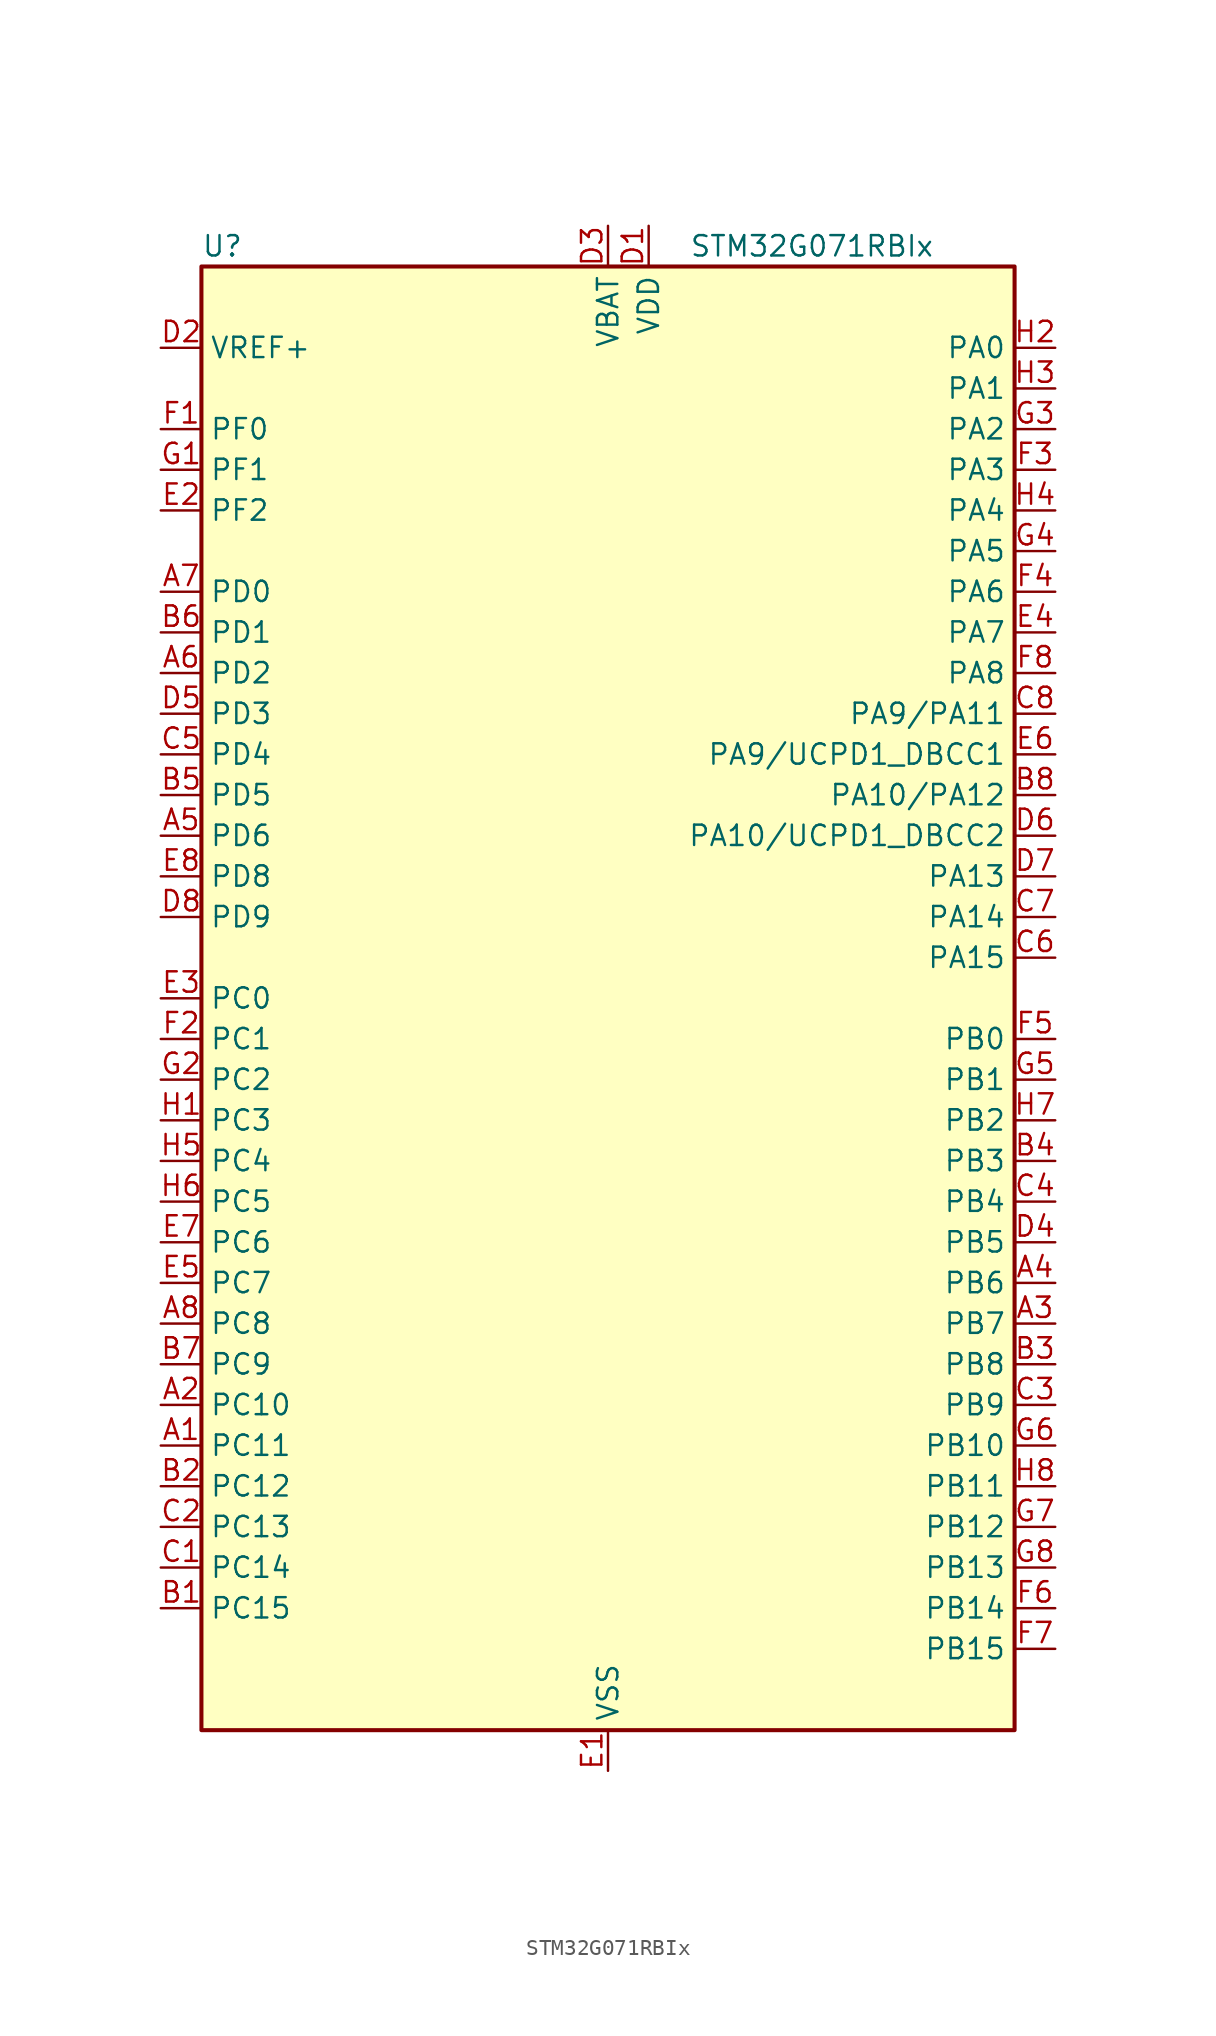
<source format=kicad_sym>
(kicad_symbol_lib
  (version 20241209)
  (generator "kicad_symbol_editor")
  (generator_version "9.0")
  (symbol "STM32G071RBIx"
    (property "Reference" "U"
      (at -25.4 46.99 0)
      (effects (font (size 1.27 1.27)) (justify left)))
    (property "Value" "STM32G071RBIx"
      (at 5.08 46.99 0)
      (effects (font (size 1.27 1.27)) (justify left)))
    (symbol "STM32G071RBIx_0_1"
      (rectangle (start -25.4 -45.72) (end 25.4 45.72) (stroke (width 0.254) (type default)) (fill (type background))))
    (symbol "STM32G071RBIx_1_1"
      (pin input line (at -27.94 40.64 0) (length 2.54) (name "VREF+" (effects (font (size 1.27 1.27)))) (number "D2" (effects (font (size 1.27 1.27)))) (alternate "VREFBUF_OUT" bidirectional line))
      (pin bidirectional line (at -27.94 35.56 0) (length 2.54) (name "PF0" (effects (font (size 1.27 1.27)))) (number "F1" (effects (font (size 1.27 1.27)))) (alternate "RCC_OSC_IN" bidirectional line) (alternate "TIM14_CH1" bidirectional line))
      (pin bidirectional line (at -27.94 33.02 0) (length 2.54) (name "PF1" (effects (font (size 1.27 1.27)))) (number "G1" (effects (font (size 1.27 1.27)))) (alternate "RCC_OSC_EN" bidirectional line) (alternate "RCC_OSC_OUT" bidirectional line) (alternate "TIM15_CH1N" bidirectional line))
      (pin bidirectional line (at -27.94 30.48 0) (length 2.54) (name "PF2" (effects (font (size 1.27 1.27)))) (number "E2" (effects (font (size 1.27 1.27)))) (alternate "RCC_MCO" bidirectional line))
      (pin bidirectional line (at -27.94 25.4 0) (length 2.54) (name "PD0" (effects (font (size 1.27 1.27)))) (number "A7" (effects (font (size 1.27 1.27)))) (alternate "SPI2_NSS" bidirectional line) (alternate "TIM16_CH1" bidirectional line) (alternate "UCPD2_CC1" bidirectional line))
      (pin bidirectional line (at -27.94 22.86 0) (length 2.54) (name "PD1" (effects (font (size 1.27 1.27)))) (number "B6" (effects (font (size 1.27 1.27)))) (alternate "SPI2_SCK" bidirectional line) (alternate "TIM17_CH1" bidirectional line) (alternate "UCPD2_DBCC1" bidirectional line))
      (pin bidirectional line (at -27.94 20.32 0) (length 2.54) (name "PD2" (effects (font (size 1.27 1.27)))) (number "A6" (effects (font (size 1.27 1.27)))) (alternate "TIM1_CH1N" bidirectional line) (alternate "TIM3_ETR" bidirectional line) (alternate "UCPD2_CC2" bidirectional line) (alternate "USART3_CK" bidirectional line) (alternate "USART3_DE" bidirectional line) (alternate "USART3_RTS" bidirectional line))
      (pin bidirectional line (at -27.94 17.78 0) (length 2.54) (name "PD3" (effects (font (size 1.27 1.27)))) (number "D5" (effects (font (size 1.27 1.27)))) (alternate "SPI2_MISO" bidirectional line) (alternate "TIM1_CH2N" bidirectional line) (alternate "UCPD2_DBCC2" bidirectional line) (alternate "USART2_CTS" bidirectional line) (alternate "USART2_NSS" bidirectional line))
      (pin bidirectional line (at -27.94 15.24 0) (length 2.54) (name "PD4" (effects (font (size 1.27 1.27)))) (number "C5" (effects (font (size 1.27 1.27)))) (alternate "SPI2_MOSI" bidirectional line) (alternate "TIM1_CH3N" bidirectional line) (alternate "USART2_CK" bidirectional line) (alternate "USART2_DE" bidirectional line) (alternate "USART2_RTS" bidirectional line))
      (pin bidirectional line (at -27.94 12.7 0) (length 2.54) (name "PD5" (effects (font (size 1.27 1.27)))) (number "B5" (effects (font (size 1.27 1.27)))) (alternate "I2S1_MCK" bidirectional line) (alternate "SPI1_MISO" bidirectional line) (alternate "TIM1_BK" bidirectional line) (alternate "USART2_TX" bidirectional line))
      (pin bidirectional line (at -27.94 10.16 0) (length 2.54) (name "PD6" (effects (font (size 1.27 1.27)))) (number "A5" (effects (font (size 1.27 1.27)))) (alternate "I2S1_SD" bidirectional line) (alternate "LPTIM2_OUT" bidirectional line) (alternate "SPI1_MOSI" bidirectional line) (alternate "USART2_RX" bidirectional line))
      (pin bidirectional line (at -27.94 7.62 0) (length 2.54) (name "PD8" (effects (font (size 1.27 1.27)))) (number "E8" (effects (font (size 1.27 1.27)))) (alternate "I2S1_CK" bidirectional line) (alternate "LPTIM1_OUT" bidirectional line) (alternate "SPI1_SCK" bidirectional line) (alternate "USART3_TX" bidirectional line))
      (pin bidirectional line (at -27.94 5.08 0) (length 2.54) (name "PD9" (effects (font (size 1.27 1.27)))) (number "D8" (effects (font (size 1.27 1.27)))) (alternate "DAC1_EXTI9" bidirectional line) (alternate "I2S1_WS" bidirectional line) (alternate "SPI1_NSS" bidirectional line) (alternate "TIM1_BK2" bidirectional line) (alternate "USART3_RX" bidirectional line))
      (pin bidirectional line (at -27.94 0 0) (length 2.54) (name "PC0" (effects (font (size 1.27 1.27)))) (number "E3" (effects (font (size 1.27 1.27)))) (alternate "LPTIM1_IN1" bidirectional line) (alternate "LPTIM2_IN1" bidirectional line) (alternate "LPUART1_RX" bidirectional line))
      (pin bidirectional line (at -27.94 -2.54 0) (length 2.54) (name "PC1" (effects (font (size 1.27 1.27)))) (number "F2" (effects (font (size 1.27 1.27)))) (alternate "LPTIM1_OUT" bidirectional line) (alternate "LPUART1_TX" bidirectional line) (alternate "TIM15_CH1" bidirectional line))
      (pin bidirectional line (at -27.94 -5.08 0) (length 2.54) (name "PC2" (effects (font (size 1.27 1.27)))) (number "G2" (effects (font (size 1.27 1.27)))) (alternate "LPTIM1_IN2" bidirectional line) (alternate "SPI2_MISO" bidirectional line) (alternate "TIM15_CH2" bidirectional line))
      (pin bidirectional line (at -27.94 -7.62 0) (length 2.54) (name "PC3" (effects (font (size 1.27 1.27)))) (number "H1" (effects (font (size 1.27 1.27)))) (alternate "LPTIM1_ETR" bidirectional line) (alternate "LPTIM2_ETR" bidirectional line) (alternate "SPI2_MOSI" bidirectional line))
      (pin bidirectional line (at -27.94 -10.16 0) (length 2.54) (name "PC4" (effects (font (size 1.27 1.27)))) (number "H5" (effects (font (size 1.27 1.27)))) (alternate "ADC1_IN17" bidirectional line) (alternate "COMP1_INM" bidirectional line) (alternate "TIM2_CH1" bidirectional line) (alternate "TIM2_ETR" bidirectional line) (alternate "USART1_TX" bidirectional line) (alternate "USART3_TX" bidirectional line))
      (pin bidirectional line (at -27.94 -12.7 0) (length 2.54) (name "PC5" (effects (font (size 1.27 1.27)))) (number "H6" (effects (font (size 1.27 1.27)))) (alternate "ADC1_IN18" bidirectional line) (alternate "COMP1_INP" bidirectional line) (alternate "SYS_WKUP5" bidirectional line) (alternate "TIM2_CH2" bidirectional line) (alternate "USART1_RX" bidirectional line) (alternate "USART3_RX" bidirectional line))
      (pin bidirectional line (at -27.94 -15.24 0) (length 2.54) (name "PC6" (effects (font (size 1.27 1.27)))) (number "E7" (effects (font (size 1.27 1.27)))) (alternate "TIM2_CH3" bidirectional line) (alternate "TIM3_CH1" bidirectional line) (alternate "UCPD1_FRSTX1" bidirectional line) (alternate "UCPD1_FRSTX2" bidirectional line))
      (pin bidirectional line (at -27.94 -17.78 0) (length 2.54) (name "PC7" (effects (font (size 1.27 1.27)))) (number "E5" (effects (font (size 1.27 1.27)))) (alternate "TIM2_CH4" bidirectional line) (alternate "TIM3_CH2" bidirectional line) (alternate "UCPD2_FRSTX1" bidirectional line) (alternate "UCPD2_FRSTX2" bidirectional line))
      (pin bidirectional line (at -27.94 -20.32 0) (length 2.54) (name "PC8" (effects (font (size 1.27 1.27)))) (number "A8" (effects (font (size 1.27 1.27)))) (alternate "TIM1_CH1" bidirectional line) (alternate "TIM3_CH3" bidirectional line) (alternate "UCPD2_FRSTX1" bidirectional line) (alternate "UCPD2_FRSTX2" bidirectional line))
      (pin bidirectional line (at -27.94 -22.86 0) (length 2.54) (name "PC9" (effects (font (size 1.27 1.27)))) (number "B7" (effects (font (size 1.27 1.27)))) (alternate "DAC1_EXTI9" bidirectional line) (alternate "I2S_CKIN" bidirectional line) (alternate "TIM1_CH2" bidirectional line) (alternate "TIM3_CH4" bidirectional line))
      (pin bidirectional line (at -27.94 -25.4 0) (length 2.54) (name "PC10" (effects (font (size 1.27 1.27)))) (number "A2" (effects (font (size 1.27 1.27)))) (alternate "TIM1_CH3" bidirectional line) (alternate "USART3_TX" bidirectional line) (alternate "USART4_TX" bidirectional line))
      (pin bidirectional line (at -27.94 -27.94 0) (length 2.54) (name "PC11" (effects (font (size 1.27 1.27)))) (number "A1" (effects (font (size 1.27 1.27)))) (alternate "ADC1_EXTI11" bidirectional line) (alternate "TIM1_CH4" bidirectional line) (alternate "USART3_RX" bidirectional line) (alternate "USART4_RX" bidirectional line))
      (pin bidirectional line (at -27.94 -30.48 0) (length 2.54) (name "PC12" (effects (font (size 1.27 1.27)))) (number "B2" (effects (font (size 1.27 1.27)))) (alternate "LPTIM1_IN1" bidirectional line) (alternate "TIM14_CH1" bidirectional line) (alternate "UCPD1_FRSTX1" bidirectional line) (alternate "UCPD1_FRSTX2" bidirectional line))
      (pin bidirectional line (at -27.94 -33.02 0) (length 2.54) (name "PC13" (effects (font (size 1.27 1.27)))) (number "C2" (effects (font (size 1.27 1.27)))) (alternate "RTC_OUT_ALARM" bidirectional line) (alternate "RTC_OUT_CALIB" bidirectional line) (alternate "RTC_TAMP_IN1" bidirectional line) (alternate "RTC_TS" bidirectional line) (alternate "SYS_WKUP2" bidirectional line) (alternate "TIM1_BK" bidirectional line))
      (pin bidirectional line (at -27.94 -35.56 0) (length 2.54) (name "PC14" (effects (font (size 1.27 1.27)))) (number "C1" (effects (font (size 1.27 1.27)))) (alternate "RCC_OSC32_IN" bidirectional line) (alternate "TIM1_BK2" bidirectional line))
      (pin bidirectional line (at -27.94 -38.1 0) (length 2.54) (name "PC15" (effects (font (size 1.27 1.27)))) (number "B1" (effects (font (size 1.27 1.27)))) (alternate "RCC_OSC32_EN" bidirectional line) (alternate "RCC_OSC32_OUT" bidirectional line) (alternate "RCC_OSC_EN" bidirectional line) (alternate "TIM15_BK" bidirectional line))
      (pin power_in line (at 0 48.26 270) (length 2.54) (name "VBAT" (effects (font (size 1.27 1.27)))) (number "D3" (effects (font (size 1.27 1.27)))))
      (pin power_in line (at 0 -48.26 90) (length 2.54) (name "VSS" (effects (font (size 1.27 1.27)))) (number "E1" (effects (font (size 1.27 1.27)))))
      (pin power_in line (at 2.54 48.26 270) (length 2.54) (name "VDD" (effects (font (size 1.27 1.27)))) (number "D1" (effects (font (size 1.27 1.27)))))
      (pin bidirectional line (at 27.94 40.64 180) (length 2.54) (name "PA0" (effects (font (size 1.27 1.27)))) (number "H2" (effects (font (size 1.27 1.27)))) (alternate "ADC1_IN0" bidirectional line) (alternate "COMP1_INM" bidirectional line) (alternate "COMP1_OUT" bidirectional line) (alternate "LPTIM1_OUT" bidirectional line) (alternate "RTC_TAMP_IN2" bidirectional line) (alternate "SPI2_SCK" bidirectional line) (alternate "SYS_WKUP1" bidirectional line) (alternate "TIM2_CH1" bidirectional line) (alternate "TIM2_ETR" bidirectional line) (alternate "UCPD2_FRSTX1" bidirectional line) (alternate "UCPD2_FRSTX2" bidirectional line) (alternate "USART2_CTS" bidirectional line) (alternate "USART2_NSS" bidirectional line) (alternate "USART4_TX" bidirectional line))
      (pin bidirectional line (at 27.94 38.1 180) (length 2.54) (name "PA1" (effects (font (size 1.27 1.27)))) (number "H3" (effects (font (size 1.27 1.27)))) (alternate "ADC1_IN1" bidirectional line) (alternate "COMP1_INP" bidirectional line) (alternate "I2C1_SMBA" bidirectional line) (alternate "I2S1_CK" bidirectional line) (alternate "SPI1_SCK" bidirectional line) (alternate "TIM15_CH1N" bidirectional line) (alternate "TIM2_CH2" bidirectional line) (alternate "USART2_CK" bidirectional line) (alternate "USART2_DE" bidirectional line) (alternate "USART2_RTS" bidirectional line) (alternate "USART4_RX" bidirectional line))
      (pin bidirectional line (at 27.94 35.56 180) (length 2.54) (name "PA2" (effects (font (size 1.27 1.27)))) (number "G3" (effects (font (size 1.27 1.27)))) (alternate "ADC1_IN2" bidirectional line) (alternate "COMP2_INM" bidirectional line) (alternate "COMP2_OUT" bidirectional line) (alternate "I2S1_SD" bidirectional line) (alternate "LPUART1_TX" bidirectional line) (alternate "RCC_LSCO" bidirectional line) (alternate "SPI1_MOSI" bidirectional line) (alternate "SYS_WKUP4" bidirectional line) (alternate "TIM15_CH1" bidirectional line) (alternate "TIM2_CH3" bidirectional line) (alternate "UCPD1_FRSTX1" bidirectional line) (alternate "UCPD1_FRSTX2" bidirectional line) (alternate "USART2_TX" bidirectional line))
      (pin bidirectional line (at 27.94 33.02 180) (length 2.54) (name "PA3" (effects (font (size 1.27 1.27)))) (number "F3" (effects (font (size 1.27 1.27)))) (alternate "ADC1_IN3" bidirectional line) (alternate "COMP2_INP" bidirectional line) (alternate "LPUART1_RX" bidirectional line) (alternate "SPI2_MISO" bidirectional line) (alternate "TIM15_CH2" bidirectional line) (alternate "TIM2_CH4" bidirectional line) (alternate "UCPD2_FRSTX1" bidirectional line) (alternate "UCPD2_FRSTX2" bidirectional line) (alternate "USART2_RX" bidirectional line))
      (pin bidirectional line (at 27.94 30.48 180) (length 2.54) (name "PA4" (effects (font (size 1.27 1.27)))) (number "H4" (effects (font (size 1.27 1.27)))) (alternate "ADC1_IN4" bidirectional line) (alternate "DAC1_OUT1" bidirectional line) (alternate "I2S1_WS" bidirectional line) (alternate "LPTIM2_OUT" bidirectional line) (alternate "RTC_OUT_ALARM" bidirectional line) (alternate "RTC_OUT_CALIB" bidirectional line) (alternate "SPI1_NSS" bidirectional line) (alternate "SPI2_MOSI" bidirectional line) (alternate "TIM14_CH1" bidirectional line) (alternate "UCPD2_FRSTX1" bidirectional line) (alternate "UCPD2_FRSTX2" bidirectional line))
      (pin bidirectional line (at 27.94 27.94 180) (length 2.54) (name "PA5" (effects (font (size 1.27 1.27)))) (number "G4" (effects (font (size 1.27 1.27)))) (alternate "ADC1_IN5" bidirectional line) (alternate "CEC" bidirectional line) (alternate "DAC1_OUT2" bidirectional line) (alternate "I2S1_CK" bidirectional line) (alternate "LPTIM2_ETR" bidirectional line) (alternate "SPI1_SCK" bidirectional line) (alternate "TIM2_CH1" bidirectional line) (alternate "TIM2_ETR" bidirectional line) (alternate "UCPD1_FRSTX1" bidirectional line) (alternate "UCPD1_FRSTX2" bidirectional line) (alternate "USART3_TX" bidirectional line))
      (pin bidirectional line (at 27.94 25.4 180) (length 2.54) (name "PA6" (effects (font (size 1.27 1.27)))) (number "F4" (effects (font (size 1.27 1.27)))) (alternate "ADC1_IN6" bidirectional line) (alternate "COMP1_OUT" bidirectional line) (alternate "I2S1_MCK" bidirectional line) (alternate "LPUART1_CTS" bidirectional line) (alternate "SPI1_MISO" bidirectional line) (alternate "TIM16_CH1" bidirectional line) (alternate "TIM1_BK" bidirectional line) (alternate "TIM3_CH1" bidirectional line) (alternate "USART3_CTS" bidirectional line) (alternate "USART3_NSS" bidirectional line))
      (pin bidirectional line (at 27.94 22.86 180) (length 2.54) (name "PA7" (effects (font (size 1.27 1.27)))) (number "E4" (effects (font (size 1.27 1.27)))) (alternate "ADC1_IN7" bidirectional line) (alternate "COMP2_OUT" bidirectional line) (alternate "I2S1_SD" bidirectional line) (alternate "SPI1_MOSI" bidirectional line) (alternate "TIM14_CH1" bidirectional line) (alternate "TIM17_CH1" bidirectional line) (alternate "TIM1_CH1N" bidirectional line) (alternate "TIM3_CH2" bidirectional line) (alternate "UCPD1_FRSTX1" bidirectional line) (alternate "UCPD1_FRSTX2" bidirectional line))
      (pin bidirectional line (at 27.94 20.32 180) (length 2.54) (name "PA8" (effects (font (size 1.27 1.27)))) (number "F8" (effects (font (size 1.27 1.27)))) (alternate "LPTIM2_OUT" bidirectional line) (alternate "RCC_MCO" bidirectional line) (alternate "SPI2_NSS" bidirectional line) (alternate "TIM1_CH1" bidirectional line) (alternate "UCPD1_CC1" bidirectional line))
      (pin bidirectional line (at 27.94 17.78 180) (length 2.54) (name "PA9/PA11" (effects (font (size 1.27 1.27)))) (number "C8" (effects (font (size 1.27 1.27)))) (alternate "ADC1_EXTI11 (PA11)" bidirectional line) (alternate "COMP1_OUT (PA11)" bidirectional line) (alternate "DAC1_EXTI9 (PA9)" bidirectional line) (alternate "I2C1_SCL (PA9)" bidirectional line) (alternate "I2C2_SCL (PA11)" bidirectional line) (alternate "I2S1_MCK (PA11)" bidirectional line) (alternate "PA11" bidirectional line) (alternate "PA9" bidirectional line) (alternate "RCC_MCO (PA9)" bidirectional line) (alternate "SPI1_MISO (PA11)" bidirectional line) (alternate "SPI2_MISO (PA9)" bidirectional line) (alternate "TIM15_BK (PA9)" bidirectional line) (alternate "TIM1_BK2 (PA11)" bidirectional line) (alternate "TIM1_CH2 (PA9)" bidirectional line) (alternate "TIM1_CH4 (PA11)" bidirectional line) (alternate "USART1_CTS (PA11)" bidirectional line) (alternate "USART1_NSS (PA11)" bidirectional line) (alternate "USART1_TX (PA9)" bidirectional line))
      (pin bidirectional line (at 27.94 15.24 180) (length 2.54) (name "PA9/UCPD1_DBCC1" (effects (font (size 1.27 1.27)))) (number "E6" (effects (font (size 1.27 1.27)))) (alternate "DAC1_EXTI9 (PA9)" bidirectional line) (alternate "I2C1_SCL (PA9)" bidirectional line) (alternate "PA9" bidirectional line) (alternate "RCC_MCO (PA9)" bidirectional line) (alternate "SPI2_MISO (PA9)" bidirectional line) (alternate "TIM15_BK (PA9)" bidirectional line) (alternate "TIM1_CH2 (PA9)" bidirectional line) (alternate "UCPD1_DBCC1" bidirectional line) (alternate "UCPD1_DBCC1 (PA9)" bidirectional line) (alternate "UCPD1_DBCC1 (UCPD1_DBCC1)" bidirectional line) (alternate "USART1_TX (PA9)" bidirectional line))
      (pin bidirectional line (at 27.94 12.7 180) (length 2.54) (name "PA10/PA12" (effects (font (size 1.27 1.27)))) (number "B8" (effects (font (size 1.27 1.27)))) (alternate "COMP2_OUT (PA12)" bidirectional line) (alternate "I2C1_SDA (PA10)" bidirectional line) (alternate "I2C2_SDA (PA12)" bidirectional line) (alternate "I2S1_SD (PA12)" bidirectional line) (alternate "I2S_CKIN (PA12)" bidirectional line) (alternate "PA10" bidirectional line) (alternate "PA12" bidirectional line) (alternate "SPI1_MOSI (PA12)" bidirectional line) (alternate "SPI2_MOSI (PA10)" bidirectional line) (alternate "TIM17_BK (PA10)" bidirectional line) (alternate "TIM1_CH3 (PA10)" bidirectional line) (alternate "TIM1_ETR (PA12)" bidirectional line) (alternate "USART1_CK (PA12)" bidirectional line) (alternate "USART1_DE (PA12)" bidirectional line) (alternate "USART1_RTS (PA12)" bidirectional line) (alternate "USART1_RX (PA10)" bidirectional line))
      (pin bidirectional line (at 27.94 10.16 180) (length 2.54) (name "PA10/UCPD1_DBCC2" (effects (font (size 1.27 1.27)))) (number "D6" (effects (font (size 1.27 1.27)))) (alternate "I2C1_SDA (PA10)" bidirectional line) (alternate "PA10" bidirectional line) (alternate "SPI2_MOSI (PA10)" bidirectional line) (alternate "TIM17_BK (PA10)" bidirectional line) (alternate "TIM1_CH3 (PA10)" bidirectional line) (alternate "UCPD1_DBCC2" bidirectional line) (alternate "UCPD1_DBCC2 (PA10)" bidirectional line) (alternate "UCPD1_DBCC2 (UCPD1_DBCC2)" bidirectional line) (alternate "USART1_RX (PA10)" bidirectional line))
      (pin bidirectional line (at 27.94 7.62 180) (length 2.54) (name "PA13" (effects (font (size 1.27 1.27)))) (number "D7" (effects (font (size 1.27 1.27)))) (alternate "IR_OUT" bidirectional line) (alternate "SYS_SWDIO" bidirectional line))
      (pin bidirectional line (at 27.94 5.08 180) (length 2.54) (name "PA14" (effects (font (size 1.27 1.27)))) (number "C7" (effects (font (size 1.27 1.27)))) (alternate "SYS_SWCLK" bidirectional line) (alternate "USART2_TX" bidirectional line))
      (pin bidirectional line (at 27.94 2.54 180) (length 2.54) (name "PA15" (effects (font (size 1.27 1.27)))) (number "C6" (effects (font (size 1.27 1.27)))) (alternate "I2S1_WS" bidirectional line) (alternate "SPI1_NSS" bidirectional line) (alternate "TIM2_CH1" bidirectional line) (alternate "TIM2_ETR" bidirectional line) (alternate "USART2_RX" bidirectional line) (alternate "USART3_CK" bidirectional line) (alternate "USART3_DE" bidirectional line) (alternate "USART3_RTS" bidirectional line) (alternate "USART4_CK" bidirectional line) (alternate "USART4_DE" bidirectional line) (alternate "USART4_RTS" bidirectional line))
      (pin bidirectional line (at 27.94 -2.54 180) (length 2.54) (name "PB0" (effects (font (size 1.27 1.27)))) (number "F5" (effects (font (size 1.27 1.27)))) (alternate "ADC1_IN8" bidirectional line) (alternate "COMP1_OUT" bidirectional line) (alternate "I2S1_WS" bidirectional line) (alternate "LPTIM1_OUT" bidirectional line) (alternate "SPI1_NSS" bidirectional line) (alternate "TIM1_CH2N" bidirectional line) (alternate "TIM3_CH3" bidirectional line) (alternate "UCPD1_FRSTX1" bidirectional line) (alternate "UCPD1_FRSTX2" bidirectional line) (alternate "USART3_RX" bidirectional line))
      (pin bidirectional line (at 27.94 -5.08 180) (length 2.54) (name "PB1" (effects (font (size 1.27 1.27)))) (number "G5" (effects (font (size 1.27 1.27)))) (alternate "ADC1_IN9" bidirectional line) (alternate "COMP1_INM" bidirectional line) (alternate "LPTIM2_IN1" bidirectional line) (alternate "LPUART1_DE" bidirectional line) (alternate "LPUART1_RTS" bidirectional line) (alternate "TIM14_CH1" bidirectional line) (alternate "TIM1_CH3N" bidirectional line) (alternate "TIM3_CH4" bidirectional line) (alternate "USART3_CK" bidirectional line) (alternate "USART3_DE" bidirectional line) (alternate "USART3_RTS" bidirectional line))
      (pin bidirectional line (at 27.94 -7.62 180) (length 2.54) (name "PB2" (effects (font (size 1.27 1.27)))) (number "H7" (effects (font (size 1.27 1.27)))) (alternate "ADC1_IN10" bidirectional line) (alternate "COMP1_INP" bidirectional line) (alternate "LPTIM1_OUT" bidirectional line) (alternate "SPI2_MISO" bidirectional line) (alternate "USART3_TX" bidirectional line))
      (pin bidirectional line (at 27.94 -10.16 180) (length 2.54) (name "PB3" (effects (font (size 1.27 1.27)))) (number "B4" (effects (font (size 1.27 1.27)))) (alternate "COMP2_INM" bidirectional line) (alternate "I2S1_CK" bidirectional line) (alternate "SPI1_SCK" bidirectional line) (alternate "TIM1_CH2" bidirectional line) (alternate "TIM2_CH2" bidirectional line) (alternate "USART1_CK" bidirectional line) (alternate "USART1_DE" bidirectional line) (alternate "USART1_RTS" bidirectional line))
      (pin bidirectional line (at 27.94 -12.7 180) (length 2.54) (name "PB4" (effects (font (size 1.27 1.27)))) (number "C4" (effects (font (size 1.27 1.27)))) (alternate "COMP2_INP" bidirectional line) (alternate "I2S1_MCK" bidirectional line) (alternate "SPI1_MISO" bidirectional line) (alternate "TIM17_BK" bidirectional line) (alternate "TIM3_CH1" bidirectional line) (alternate "USART1_CTS" bidirectional line) (alternate "USART1_NSS" bidirectional line))
      (pin bidirectional line (at 27.94 -15.24 180) (length 2.54) (name "PB5" (effects (font (size 1.27 1.27)))) (number "D4" (effects (font (size 1.27 1.27)))) (alternate "COMP2_OUT" bidirectional line) (alternate "I2C1_SMBA" bidirectional line) (alternate "I2S1_SD" bidirectional line) (alternate "LPTIM1_IN1" bidirectional line) (alternate "SPI1_MOSI" bidirectional line) (alternate "SYS_WKUP6" bidirectional line) (alternate "TIM16_BK" bidirectional line) (alternate "TIM3_CH2" bidirectional line))
      (pin bidirectional line (at 27.94 -17.78 180) (length 2.54) (name "PB6" (effects (font (size 1.27 1.27)))) (number "A4" (effects (font (size 1.27 1.27)))) (alternate "COMP2_INP" bidirectional line) (alternate "I2C1_SCL" bidirectional line) (alternate "LPTIM1_ETR" bidirectional line) (alternate "SPI2_MISO" bidirectional line) (alternate "TIM16_CH1N" bidirectional line) (alternate "TIM1_CH3" bidirectional line) (alternate "USART1_TX" bidirectional line))
      (pin bidirectional line (at 27.94 -20.32 180) (length 2.54) (name "PB7" (effects (font (size 1.27 1.27)))) (number "A3" (effects (font (size 1.27 1.27)))) (alternate "COMP2_INM" bidirectional line) (alternate "I2C1_SDA" bidirectional line) (alternate "LPTIM1_IN2" bidirectional line) (alternate "SPI2_MOSI" bidirectional line) (alternate "SYS_PVD_IN" bidirectional line) (alternate "TIM17_CH1N" bidirectional line) (alternate "USART1_RX" bidirectional line) (alternate "USART4_CTS" bidirectional line) (alternate "USART4_NSS" bidirectional line))
      (pin bidirectional line (at 27.94 -22.86 180) (length 2.54) (name "PB8" (effects (font (size 1.27 1.27)))) (number "B3" (effects (font (size 1.27 1.27)))) (alternate "CEC" bidirectional line) (alternate "I2C1_SCL" bidirectional line) (alternate "SPI2_SCK" bidirectional line) (alternate "TIM15_BK" bidirectional line) (alternate "TIM16_CH1" bidirectional line) (alternate "USART3_TX" bidirectional line))
      (pin bidirectional line (at 27.94 -25.4 180) (length 2.54) (name "PB9" (effects (font (size 1.27 1.27)))) (number "C3" (effects (font (size 1.27 1.27)))) (alternate "DAC1_EXTI9" bidirectional line) (alternate "I2C1_SDA" bidirectional line) (alternate "IR_OUT" bidirectional line) (alternate "SPI2_NSS" bidirectional line) (alternate "TIM17_CH1" bidirectional line) (alternate "UCPD2_FRSTX1" bidirectional line) (alternate "UCPD2_FRSTX2" bidirectional line) (alternate "USART3_RX" bidirectional line))
      (pin bidirectional line (at 27.94 -27.94 180) (length 2.54) (name "PB10" (effects (font (size 1.27 1.27)))) (number "G6" (effects (font (size 1.27 1.27)))) (alternate "ADC1_IN11" bidirectional line) (alternate "CEC" bidirectional line) (alternate "COMP1_OUT" bidirectional line) (alternate "I2C2_SCL" bidirectional line) (alternate "LPUART1_RX" bidirectional line) (alternate "SPI2_SCK" bidirectional line) (alternate "TIM2_CH3" bidirectional line) (alternate "USART3_TX" bidirectional line))
      (pin bidirectional line (at 27.94 -30.48 180) (length 2.54) (name "PB11" (effects (font (size 1.27 1.27)))) (number "H8" (effects (font (size 1.27 1.27)))) (alternate "ADC1_EXTI11" bidirectional line) (alternate "ADC1_IN15" bidirectional line) (alternate "COMP2_OUT" bidirectional line) (alternate "I2C2_SDA" bidirectional line) (alternate "LPUART1_TX" bidirectional line) (alternate "SPI2_MOSI" bidirectional line) (alternate "TIM2_CH4" bidirectional line) (alternate "USART3_RX" bidirectional line))
      (pin bidirectional line (at 27.94 -33.02 180) (length 2.54) (name "PB12" (effects (font (size 1.27 1.27)))) (number "G7" (effects (font (size 1.27 1.27)))) (alternate "ADC1_IN16" bidirectional line) (alternate "LPUART1_DE" bidirectional line) (alternate "LPUART1_RTS" bidirectional line) (alternate "SPI2_NSS" bidirectional line) (alternate "TIM15_BK" bidirectional line) (alternate "TIM1_BK" bidirectional line) (alternate "UCPD2_FRSTX1" bidirectional line) (alternate "UCPD2_FRSTX2" bidirectional line))
      (pin bidirectional line (at 27.94 -35.56 180) (length 2.54) (name "PB13" (effects (font (size 1.27 1.27)))) (number "G8" (effects (font (size 1.27 1.27)))) (alternate "I2C2_SCL" bidirectional line) (alternate "LPUART1_CTS" bidirectional line) (alternate "SPI2_SCK" bidirectional line) (alternate "TIM15_CH1N" bidirectional line) (alternate "TIM1_CH1N" bidirectional line) (alternate "USART3_CTS" bidirectional line) (alternate "USART3_NSS" bidirectional line))
      (pin bidirectional line (at 27.94 -38.1 180) (length 2.54) (name "PB14" (effects (font (size 1.27 1.27)))) (number "F6" (effects (font (size 1.27 1.27)))) (alternate "I2C2_SDA" bidirectional line) (alternate "SPI2_MISO" bidirectional line) (alternate "TIM15_CH1" bidirectional line) (alternate "TIM1_CH2N" bidirectional line) (alternate "UCPD1_FRSTX1" bidirectional line) (alternate "UCPD1_FRSTX2" bidirectional line) (alternate "USART3_CK" bidirectional line) (alternate "USART3_DE" bidirectional line) (alternate "USART3_RTS" bidirectional line))
      (pin bidirectional line (at 27.94 -40.64 180) (length 2.54) (name "PB15" (effects (font (size 1.27 1.27)))) (number "F7" (effects (font (size 1.27 1.27)))) (alternate "RTC_REFIN" bidirectional line) (alternate "SPI2_MOSI" bidirectional line) (alternate "TIM15_CH1N" bidirectional line) (alternate "TIM15_CH2" bidirectional line) (alternate "TIM1_CH3N" bidirectional line) (alternate "UCPD1_CC2" bidirectional line)))))
</source>
